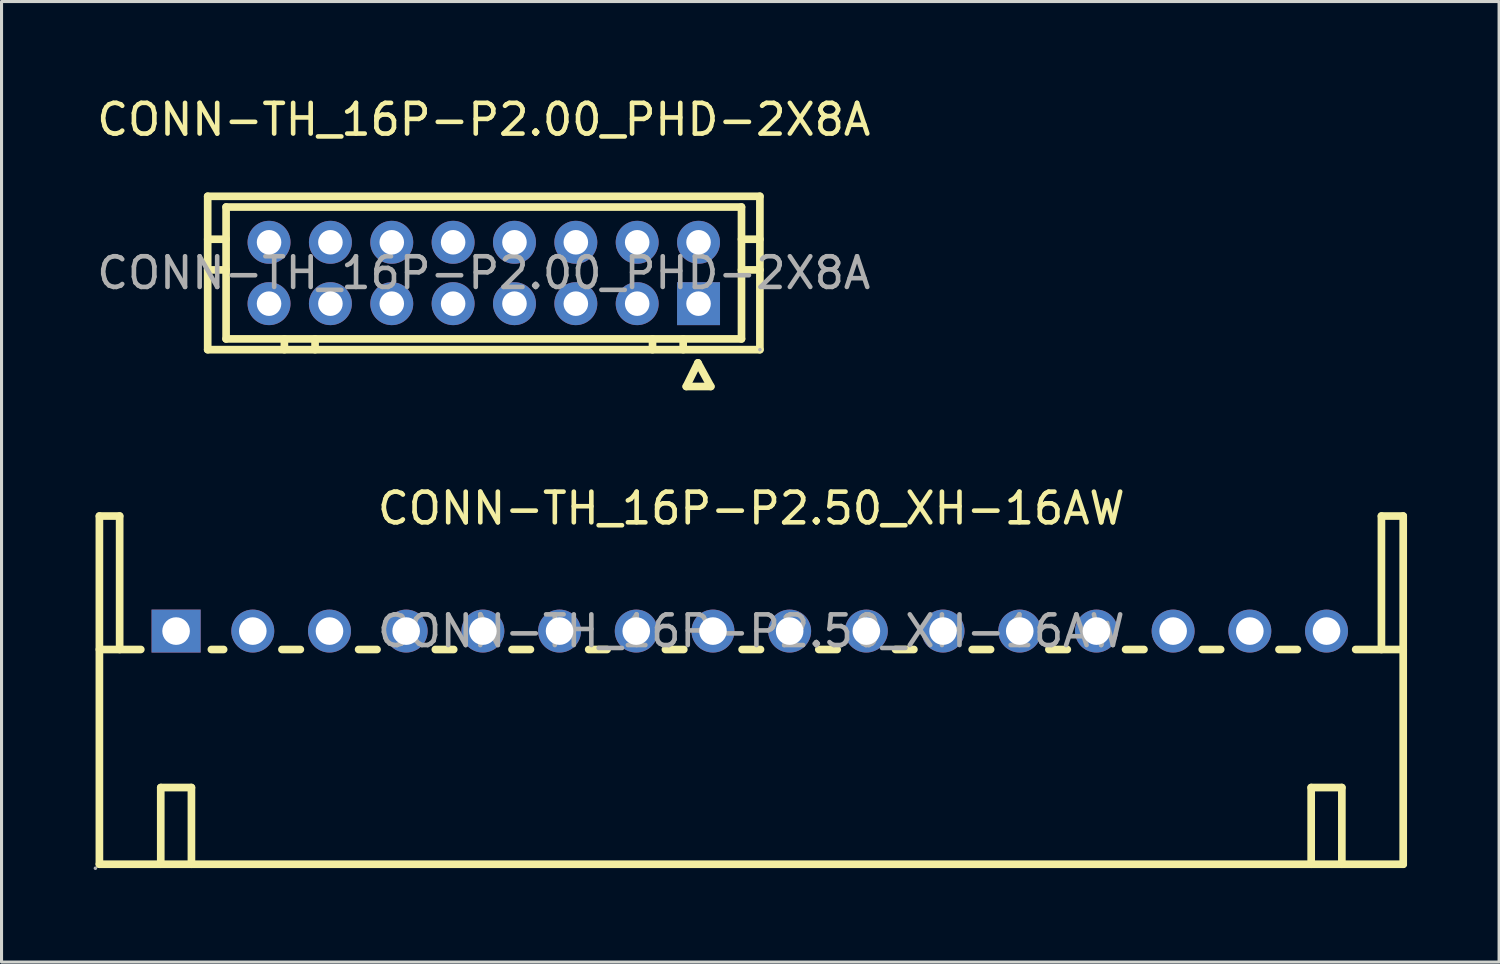
<source format=kicad_pcb>
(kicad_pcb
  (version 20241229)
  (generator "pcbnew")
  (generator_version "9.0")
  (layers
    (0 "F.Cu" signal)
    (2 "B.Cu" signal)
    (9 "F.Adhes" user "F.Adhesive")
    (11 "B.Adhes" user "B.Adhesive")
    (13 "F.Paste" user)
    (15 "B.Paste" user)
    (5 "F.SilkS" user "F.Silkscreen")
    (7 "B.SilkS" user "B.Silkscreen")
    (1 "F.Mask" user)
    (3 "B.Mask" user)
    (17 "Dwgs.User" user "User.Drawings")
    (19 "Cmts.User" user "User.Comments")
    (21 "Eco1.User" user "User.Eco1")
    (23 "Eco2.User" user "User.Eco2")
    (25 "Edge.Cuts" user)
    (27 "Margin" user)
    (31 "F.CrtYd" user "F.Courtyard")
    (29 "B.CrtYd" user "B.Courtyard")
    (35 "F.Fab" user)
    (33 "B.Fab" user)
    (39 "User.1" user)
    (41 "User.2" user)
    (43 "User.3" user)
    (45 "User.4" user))
  (footprint "CONN-TH_16P-P2.50_XH-16AW"
    (layer "F.Cu")
    (at 21.44 17.521)
    (property "Reference" "CONN-TH_16P-P2.50_XH-16AW" (at 0 -4 0) (layer "F.SilkS") (effects (font (size 1 1) (thickness 0.15))))
    (attr through_hole)
    (fp_line (start -21.25 -3.75) (end -20.59 -3.75) (stroke (width 0.25) (type solid)) (layer "F.SilkS"))
    (fp_line (start -21.25 7.6) (end -21.25 -3.75) (stroke (width 0.25) (type solid)) (layer "F.SilkS"))
    (fp_line (start -21.25 7.6) (end 21.25 7.6) (stroke (width 0.25) (type solid)) (layer "F.SilkS"))
    (fp_line (start -20.59 -3.75) (end -20.59 0.6) (stroke (width 0.25) (type solid)) (layer "F.SilkS"))
    (fp_line (start -19.9 0.6) (end -21.25 0.6) (stroke (width 0.25) (type solid)) (layer "F.SilkS"))
    (fp_line (start -19.25 7.6) (end -19.25 5.1) (stroke (width 0.25) (type solid)) (layer "F.SilkS"))
    (fp_line (start -18.25 5.1) (end -19.25 5.1) (stroke (width 0.25) (type solid)) (layer "F.SilkS"))
    (fp_line (start -18.25 7.6) (end -18.25 5.1) (stroke (width 0.25) (type solid)) (layer "F.SilkS"))
    (fp_line (start -17.2 0.6) (end -17.6 0.6) (stroke (width 0.25) (type solid)) (layer "F.SilkS"))
    (fp_line (start -14.7 0.6) (end -15.3 0.6) (stroke (width 0.25) (type solid)) (layer "F.SilkS"))
    (fp_line (start -12.2 0.6) (end -12.8 0.6) (stroke (width 0.25) (type solid)) (layer "F.SilkS"))
    (fp_line (start -9.7 0.6) (end -10.3 0.6) (stroke (width 0.25) (type solid)) (layer "F.SilkS"))
    (fp_line (start -7.2 0.6) (end -7.8 0.6) (stroke (width 0.25) (type solid)) (layer "F.SilkS"))
    (fp_line (start -4.7 0.6) (end -5.3 0.6) (stroke (width 0.25) (type solid)) (layer "F.SilkS"))
    (fp_line (start -2.2 0.6) (end -2.8 0.6) (stroke (width 0.25) (type solid)) (layer "F.SilkS"))
    (fp_line (start 0.3 0.6) (end -0.3 0.6) (stroke (width 0.25) (type solid)) (layer "F.SilkS"))
    (fp_line (start 2.8 0.6) (end 2.2 0.6) (stroke (width 0.25) (type solid)) (layer "F.SilkS"))
    (fp_line (start 5.3 0.6) (end 4.7 0.6) (stroke (width 0.25) (type solid)) (layer "F.SilkS"))
    (fp_line (start 7.8 0.6) (end 7.2 0.6) (stroke (width 0.25) (type solid)) (layer "F.SilkS"))
    (fp_line (start 10.3 0.6) (end 9.7 0.6) (stroke (width 0.25) (type solid)) (layer "F.SilkS"))
    (fp_line (start 12.8 0.6) (end 12.2 0.6) (stroke (width 0.25) (type solid)) (layer "F.SilkS"))
    (fp_line (start 15.3 0.6) (end 14.7 0.6) (stroke (width 0.25) (type solid)) (layer "F.SilkS"))
    (fp_line (start 17.8 0.6) (end 17.2 0.6) (stroke (width 0.25) (type solid)) (layer "F.SilkS"))
    (fp_line (start 18.25 7.6) (end 18.25 5.1) (stroke (width 0.25) (type solid)) (layer "F.SilkS"))
    (fp_line (start 19.25 5.1) (end 18.25 5.1) (stroke (width 0.25) (type solid)) (layer "F.SilkS"))
    (fp_line (start 19.25 7.6) (end 19.25 5.1) (stroke (width 0.25) (type solid)) (layer "F.SilkS"))
    (fp_line (start 20.54 -3.75) (end 20.54 0.6) (stroke (width 0.25) (type solid)) (layer "F.SilkS"))
    (fp_line (start 21.25 -3.75) (end 20.54 -3.75) (stroke (width 0.25) (type solid)) (layer "F.SilkS"))
    (fp_line (start 21.25 0.6) (end 19.7 0.6) (stroke (width 0.25) (type solid)) (layer "F.SilkS"))
    (fp_line (start 21.25 7.6) (end 21.25 -3.75) (stroke (width 0.25) (type solid)) (layer "F.SilkS"))
    (fp_circle (center -21.38 7.73) (end -21.35 7.73) (stroke (width 0.06) (type solid)) (fill no) (layer "F.Fab"))
    (fp_circle (center -18.75 0) (end -18.57 0) (stroke (width 0.35) (type solid)) (fill no) (layer "F.Fab"))
    (fp_circle (center -16.25 0) (end -16.07 0) (stroke (width 0.35) (type solid)) (fill no) (layer "F.Fab"))
    (fp_circle (center -13.75 0) (end -13.57 0) (stroke (width 0.35) (type solid)) (fill no) (layer "F.Fab"))
    (fp_circle (center -11.25 0) (end -11.07 0) (stroke (width 0.35) (type solid)) (fill no) (layer "F.Fab"))
    (fp_circle (center -8.75 0) (end -8.57 0) (stroke (width 0.35) (type solid)) (fill no) (layer "F.Fab"))
    (fp_circle (center -6.25 0) (end -6.07 0) (stroke (width 0.35) (type solid)) (fill no) (layer "F.Fab"))
    (fp_circle (center -3.75 0) (end -3.57 0) (stroke (width 0.35) (type solid)) (fill no) (layer "F.Fab"))
    (fp_circle (center -1.25 0) (end -1.07 0) (stroke (width 0.35) (type solid)) (fill no) (layer "F.Fab"))
    (fp_circle (center 1.25 0) (end 1.43 0) (stroke (width 0.35) (type solid)) (fill no) (layer "F.Fab"))
    (fp_circle (center 3.75 0) (end 3.93 0) (stroke (width 0.35) (type solid)) (fill no) (layer "F.Fab"))
    (fp_circle (center 6.25 0) (end 6.43 0) (stroke (width 0.35) (type solid)) (fill no) (layer "F.Fab"))
    (fp_circle (center 8.75 0) (end 8.93 0) (stroke (width 0.35) (type solid)) (fill no) (layer "F.Fab"))
    (fp_circle (center 11.25 0) (end 11.43 0) (stroke (width 0.35) (type solid)) (fill no) (layer "F.Fab"))
    (fp_circle (center 13.75 0) (end 13.93 0) (stroke (width 0.35) (type solid)) (fill no) (layer "F.Fab"))
    (fp_circle (center 16.25 0) (end 16.43 0) (stroke (width 0.35) (type solid)) (fill no) (layer "F.Fab"))
    (fp_circle (center 18.75 0) (end 18.93 0) (stroke (width 0.35) (type solid)) (fill no) (layer "F.Fab"))
    (fp_text user "${REFERENCE}" (at 0 0 0) (layer "F.Fab") (effects (font (size 1 1) (thickness 0.15))))
    (pad "1" thru_hole rect (at -18.75 0 180) (size 1.6 1.4) (drill 0.9) (layers "*.Cu" "*.Paste" "*.Mask"))
    (pad "2" thru_hole circle (at -16.25 0 180) (size 1.4 1.4) (drill 0.9) (layers "*.Cu" "*.Paste" "*.Mask"))
    (pad "3" thru_hole circle (at -13.75 0 180) (size 1.4 1.4) (drill 0.9) (layers "*.Cu" "*.Paste" "*.Mask"))
    (pad "4" thru_hole circle (at -11.25 0 180) (size 1.4 1.4) (drill 0.9) (layers "*.Cu" "*.Paste" "*.Mask"))
    (pad "5" thru_hole circle (at -8.75 0 180) (size 1.4 1.4) (drill 0.9) (layers "*.Cu" "*.Paste" "*.Mask"))
    (pad "6" thru_hole circle (at -6.25 0 180) (size 1.4 1.4) (drill 0.9) (layers "*.Cu" "*.Paste" "*.Mask"))
    (pad "7" thru_hole circle (at -3.75 0 180) (size 1.4 1.4) (drill 0.9) (layers "*.Cu" "*.Paste" "*.Mask"))
    (pad "8" thru_hole circle (at -1.25 0 180) (size 1.4 1.4) (drill 0.9) (layers "*.Cu" "*.Paste" "*.Mask"))
    (pad "9" thru_hole circle (at 1.25 0 180) (size 1.4 1.4) (drill 0.9) (layers "*.Cu" "*.Paste" "*.Mask"))
    (pad "10" thru_hole circle (at 3.75 0 180) (size 1.4 1.4) (drill 0.9) (layers "*.Cu" "*.Paste" "*.Mask"))
    (pad "11" thru_hole circle (at 6.25 0 180) (size 1.4 1.4) (drill 0.9) (layers "*.Cu" "*.Paste" "*.Mask"))
    (pad "12" thru_hole circle (at 8.75 0 180) (size 1.4 1.4) (drill 0.9) (layers "*.Cu" "*.Paste" "*.Mask"))
    (pad "13" thru_hole circle (at 11.25 0 180) (size 1.4 1.4) (drill 0.9) (layers "*.Cu" "*.Paste" "*.Mask"))
    (pad "14" thru_hole circle (at 13.75 0 180) (size 1.4 1.4) (drill 0.9) (layers "*.Cu" "*.Paste" "*.Mask"))
    (pad "15" thru_hole circle (at 16.25 0 180) (size 1.4 1.4) (drill 0.9) (layers "*.Cu" "*.Paste" "*.Mask"))
    (pad "16" thru_hole circle (at 18.75 0 180) (size 1.4 1.4) (drill 0.9) (layers "*.Cu" "*.Paste" "*.Mask")))
  (footprint "CONN-TH_16P-P2.00_PHD-2X8A"
    (layer "F.Cu")
    (at 12.72 5.848)
    (property "Reference" "CONN-TH_16P-P2.00_PHD-2X8A" (at 0 -5 0) (layer "F.SilkS") (effects (font (size 1 1) (thickness 0.15))))
    (attr through_hole)
    (fp_line (start -9 -2.5) (end 9 -2.5) (stroke (width 0.25) (type solid)) (layer "F.SilkS"))
    (fp_line (start -9 2.5) (end -9 -2.5) (stroke (width 0.25) (type solid)) (layer "F.SilkS"))
    (fp_line (start -8.4 -2.15) (end 8.4 -2.15) (stroke (width 0.25) (type solid)) (layer "F.SilkS"))
    (fp_line (start -8.4 -1.1) (end -9 -1.1) (stroke (width 0.25) (type solid)) (layer "F.SilkS"))
    (fp_line (start -8.4 -0.1) (end -9 -0.1) (stroke (width 0.25) (type solid)) (layer "F.SilkS"))
    (fp_line (start -8.4 2.15) (end -8.4 -2.15) (stroke (width 0.25) (type solid)) (layer "F.SilkS"))
    (fp_line (start -6.5 2.15) (end -6.5 2.5) (stroke (width 0.25) (type solid)) (layer "F.SilkS"))
    (fp_line (start -5.5 2.15) (end -5.5 2.5) (stroke (width 0.25) (type solid)) (layer "F.SilkS"))
    (fp_line (start 5.5 2.15) (end 5.5 2.5) (stroke (width 0.25) (type solid)) (layer "F.SilkS"))
    (fp_line (start 6.5 2.15) (end 6.5 2.5) (stroke (width 0.25) (type solid)) (layer "F.SilkS"))
    (fp_line (start 6.6 3.7) (end 6.98 2.93) (stroke (width 0.25) (type solid)) (layer "F.SilkS"))
    (fp_line (start 6.98 2.93) (end 7.4 3.7) (stroke (width 0.25) (type solid)) (layer "F.SilkS"))
    (fp_line (start 7.4 3.7) (end 6.6 3.7) (stroke (width 0.25) (type solid)) (layer "F.SilkS"))
    (fp_line (start 8.4 2.15) (end -8.4 2.15) (stroke (width 0.25) (type solid)) (layer "F.SilkS"))
    (fp_line (start 8.4 2.15) (end 8.4 -2.15) (stroke (width 0.25) (type solid)) (layer "F.SilkS"))
    (fp_line (start 9 -1.1) (end 8.4 -1.1) (stroke (width 0.25) (type solid)) (layer "F.SilkS"))
    (fp_line (start 9 -0.1) (end 8.4 -0.1) (stroke (width 0.25) (type solid)) (layer "F.SilkS"))
    (fp_line (start 9 2.5) (end -9 2.5) (stroke (width 0.25) (type solid)) (layer "F.SilkS"))
    (fp_line (start 9 2.5) (end 9 -2.5) (stroke (width 0.25) (type solid)) (layer "F.SilkS"))
    (fp_circle (center 9 2.5) (end 9.03 2.5) (stroke (width 0.06) (type solid)) (fill no) (layer "F.Fab"))
    (fp_text user "${REFERENCE}" (at 0 0 0) (layer "F.Fab") (effects (font (size 1 1) (thickness 0.15))))
    (pad "1" thru_hole rect (at 7 1 180) (size 1.4 1.4) (drill 0.8) (layers "*.Cu" "*.Paste" "*.Mask"))
    (pad "2" thru_hole circle (at 5 1 180) (size 1.4 1.4) (drill 0.8) (layers "*.Cu" "*.Paste" "*.Mask"))
    (pad "3" thru_hole circle (at 3 1 180) (size 1.4 1.4) (drill 0.8) (layers "*.Cu" "*.Paste" "*.Mask"))
    (pad "4" thru_hole circle (at 1 1 180) (size 1.4 1.4) (drill 0.8) (layers "*.Cu" "*.Paste" "*.Mask"))
    (pad "5" thru_hole circle (at -1 1 180) (size 1.4 1.4) (drill 0.8) (layers "*.Cu" "*.Paste" "*.Mask"))
    (pad "6" thru_hole circle (at -3 1 180) (size 1.4 1.4) (drill 0.8) (layers "*.Cu" "*.Paste" "*.Mask"))
    (pad "7" thru_hole circle (at -5 1 180) (size 1.4 1.4) (drill 0.8) (layers "*.Cu" "*.Paste" "*.Mask"))
    (pad "8" thru_hole circle (at -7 1 180) (size 1.4 1.4) (drill 0.8) (layers "*.Cu" "*.Paste" "*.Mask"))
    (pad "9" thru_hole circle (at 7 -1 180) (size 1.4 1.4) (drill 0.8) (layers "*.Cu" "*.Paste" "*.Mask"))
    (pad "10" thru_hole circle (at 5 -1 180) (size 1.4 1.4) (drill 0.8) (layers "*.Cu" "*.Paste" "*.Mask"))
    (pad "11" thru_hole circle (at 3 -1 180) (size 1.4 1.4) (drill 0.8) (layers "*.Cu" "*.Paste" "*.Mask"))
    (pad "12" thru_hole circle (at 1 -1 180) (size 1.4 1.4) (drill 0.8) (layers "*.Cu" "*.Paste" "*.Mask"))
    (pad "13" thru_hole circle (at -1 -1 180) (size 1.4 1.4) (drill 0.8) (layers "*.Cu" "*.Paste" "*.Mask"))
    (pad "14" thru_hole circle (at -3 -1 180) (size 1.4 1.4) (drill 0.8) (layers "*.Cu" "*.Paste" "*.Mask"))
    (pad "15" thru_hole circle (at -5 -1 180) (size 1.4 1.4) (drill 0.8) (layers "*.Cu" "*.Paste" "*.Mask"))
    (pad "16" thru_hole circle (at -7 -1 180) (size 1.4 1.4) (drill 0.8) (layers "*.Cu" "*.Paste" "*.Mask")))
  (gr_rect
    (start -3 -3)
    (end 45.815 28.311)
    (stroke (width 0.1) (type default))
    (fill no)
    (layer "Edge.Cuts")))
</source>
